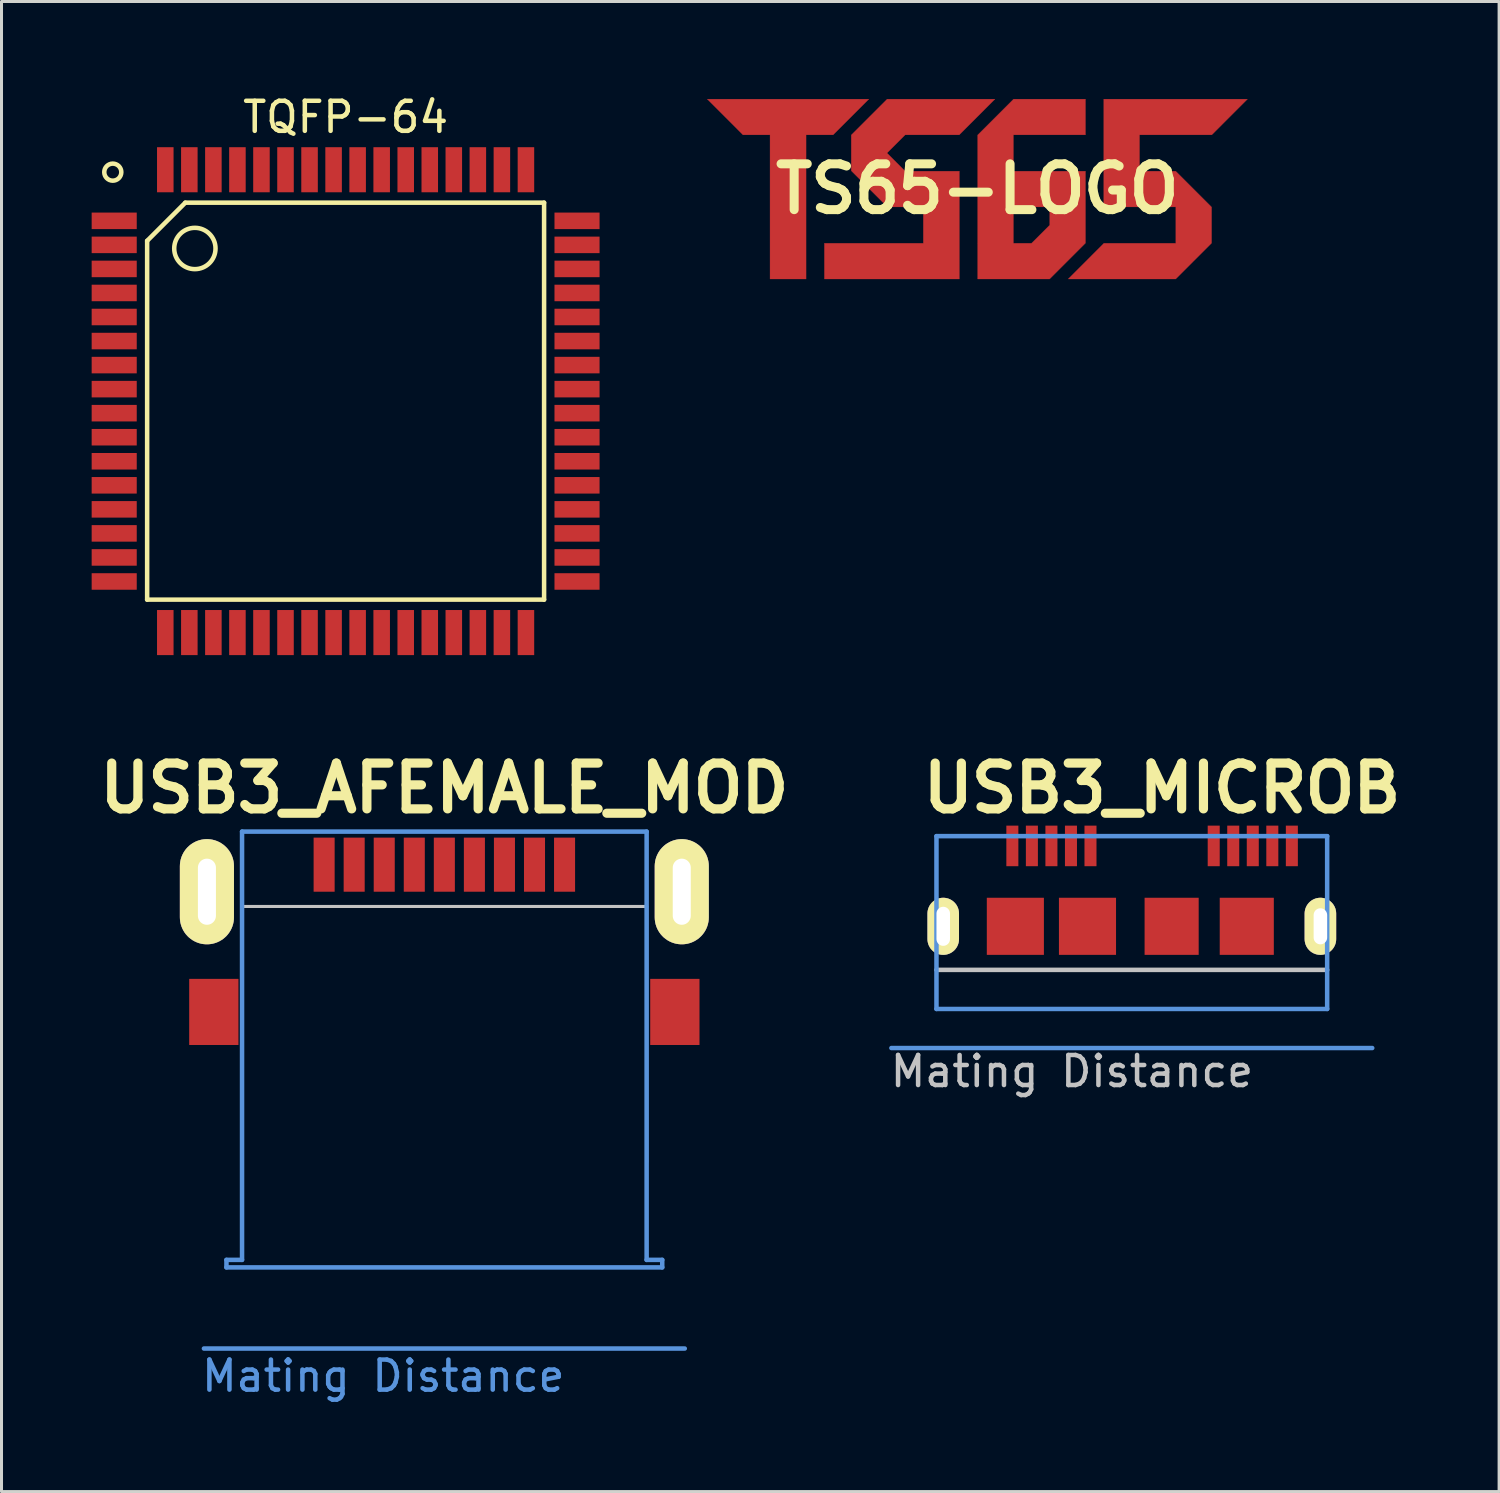
<source format=kicad_pcb>
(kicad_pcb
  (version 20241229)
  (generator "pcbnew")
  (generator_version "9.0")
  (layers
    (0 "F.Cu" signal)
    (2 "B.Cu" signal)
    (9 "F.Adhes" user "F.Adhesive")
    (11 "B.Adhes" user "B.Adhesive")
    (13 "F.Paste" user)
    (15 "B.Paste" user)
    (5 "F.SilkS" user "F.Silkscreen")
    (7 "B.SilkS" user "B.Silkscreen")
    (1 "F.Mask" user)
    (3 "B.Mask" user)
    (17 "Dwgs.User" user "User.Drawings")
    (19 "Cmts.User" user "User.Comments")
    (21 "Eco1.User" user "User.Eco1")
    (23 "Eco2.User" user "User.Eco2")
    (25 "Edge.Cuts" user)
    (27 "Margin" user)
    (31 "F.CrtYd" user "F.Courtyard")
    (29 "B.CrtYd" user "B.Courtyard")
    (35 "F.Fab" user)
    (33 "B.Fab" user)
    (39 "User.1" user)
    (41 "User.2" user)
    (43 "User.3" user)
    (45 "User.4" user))
  (footprint "TQFP-64"
    (layer "F.Cu")
    (at 8.45 10.298)
    (property "Reference" "TQFP-64" (at 0 -9.45 0) (layer "F.SilkS") (effects (font (size 1 1) (thickness 0.15))))
    (attr smd)
    (fp_line (start -6.604 -5.334) (end -6.604 6.604) (stroke (width 0.15) (type solid)) (layer "F.SilkS"))
    (fp_line (start -6.604 -5.334) (end -5.334 -6.604) (stroke (width 0.15) (type solid)) (layer "F.SilkS"))
    (fp_line (start -6.604 6.604) (end 6.604 6.604) (stroke (width 0.15) (type solid)) (layer "F.SilkS"))
    (fp_line (start -5.334 -6.604) (end 6.604 -6.604) (stroke (width 0.15) (type solid)) (layer "F.SilkS"))
    (fp_line (start 6.604 -6.604) (end 6.604 6.604) (stroke (width 0.15) (type solid)) (layer "F.SilkS"))
    (fp_circle (center -7.747 -7.62) (end -8.001 -7.747) (stroke (width 0.15) (type solid)) (fill no) (layer "F.SilkS"))
    (fp_circle (center -5.016 -5.08) (end -5.588 -5.461) (stroke (width 0.15) (type solid)) (fill no) (layer "F.SilkS"))
    (pad "1" smd rect (at -7.7 -6) (size 1.5 0.55) (layers "F.Cu" "F.Mask" "F.Paste"))
    (pad "2" smd rect (at -7.7 -5.2) (size 1.5 0.55) (layers "F.Cu" "F.Mask" "F.Paste"))
    (pad "3" smd rect (at -7.7 -4.4) (size 1.5 0.55) (layers "F.Cu" "F.Mask" "F.Paste"))
    (pad "4" smd rect (at -7.7 -3.6) (size 1.5 0.55) (layers "F.Cu" "F.Mask" "F.Paste"))
    (pad "5" smd rect (at -7.7 -2.8) (size 1.5 0.55) (layers "F.Cu" "F.Mask" "F.Paste"))
    (pad "6" smd rect (at -7.7 -2) (size 1.5 0.55) (layers "F.Cu" "F.Mask" "F.Paste"))
    (pad "7" smd rect (at -7.7 -1.2) (size 1.5 0.55) (layers "F.Cu" "F.Mask" "F.Paste"))
    (pad "8" smd rect (at -7.7 -0.4) (size 1.5 0.55) (layers "F.Cu" "F.Mask" "F.Paste"))
    (pad "9" smd rect (at -7.7 0.4) (size 1.5 0.55) (layers "F.Cu" "F.Mask" "F.Paste"))
    (pad "10" smd rect (at -7.7 1.2) (size 1.5 0.55) (layers "F.Cu" "F.Mask" "F.Paste"))
    (pad "11" smd rect (at -7.7 2) (size 1.5 0.55) (layers "F.Cu" "F.Mask" "F.Paste"))
    (pad "12" smd rect (at -7.7 2.8) (size 1.5 0.55) (layers "F.Cu" "F.Mask" "F.Paste"))
    (pad "13" smd rect (at -7.7 3.6) (size 1.5 0.55) (layers "F.Cu" "F.Mask" "F.Paste"))
    (pad "14" smd rect (at -7.7 4.4) (size 1.5 0.55) (layers "F.Cu" "F.Mask" "F.Paste"))
    (pad "15" smd rect (at -7.7 5.2) (size 1.5 0.55) (layers "F.Cu" "F.Mask" "F.Paste"))
    (pad "16" smd rect (at -7.7 6) (size 1.5 0.55) (layers "F.Cu" "F.Mask" "F.Paste"))
    (pad "17" smd rect (at -6 7.7 90) (size 1.5 0.55) (layers "F.Cu" "F.Mask" "F.Paste"))
    (pad "18" smd rect (at -5.2 7.7 90) (size 1.5 0.55) (layers "F.Cu" "F.Mask" "F.Paste"))
    (pad "19" smd rect (at -4.4 7.7 90) (size 1.5 0.55) (layers "F.Cu" "F.Mask" "F.Paste"))
    (pad "20" smd rect (at -3.6 7.7 90) (size 1.5 0.55) (layers "F.Cu" "F.Mask" "F.Paste"))
    (pad "21" smd rect (at -2.8 7.7 90) (size 1.5 0.55) (layers "F.Cu" "F.Mask" "F.Paste"))
    (pad "22" smd rect (at -2 7.7 90) (size 1.5 0.55) (layers "F.Cu" "F.Mask" "F.Paste"))
    (pad "23" smd rect (at -1.2 7.7 90) (size 1.5 0.55) (layers "F.Cu" "F.Mask" "F.Paste"))
    (pad "24" smd rect (at -0.4 7.7 90) (size 1.5 0.55) (layers "F.Cu" "F.Mask" "F.Paste"))
    (pad "25" smd rect (at 0.4 7.7 90) (size 1.5 0.55) (layers "F.Cu" "F.Mask" "F.Paste"))
    (pad "26" smd rect (at 1.2 7.7 90) (size 1.5 0.55) (layers "F.Cu" "F.Mask" "F.Paste"))
    (pad "27" smd rect (at 2 7.7 90) (size 1.5 0.55) (layers "F.Cu" "F.Mask" "F.Paste"))
    (pad "28" smd rect (at 2.8 7.7 90) (size 1.5 0.55) (layers "F.Cu" "F.Mask" "F.Paste"))
    (pad "29" smd rect (at 3.6 7.7 90) (size 1.5 0.55) (layers "F.Cu" "F.Mask" "F.Paste"))
    (pad "30" smd rect (at 4.4 7.7 90) (size 1.5 0.55) (layers "F.Cu" "F.Mask" "F.Paste"))
    (pad "31" smd rect (at 5.2 7.7 90) (size 1.5 0.55) (layers "F.Cu" "F.Mask" "F.Paste"))
    (pad "32" smd rect (at 6 7.7 90) (size 1.5 0.55) (layers "F.Cu" "F.Mask" "F.Paste"))
    (pad "33" smd rect (at 7.7 6) (size 1.5 0.55) (layers "F.Cu" "F.Mask" "F.Paste"))
    (pad "34" smd rect (at 7.7 5.2) (size 1.5 0.55) (layers "F.Cu" "F.Mask" "F.Paste"))
    (pad "35" smd rect (at 7.7 4.4) (size 1.5 0.55) (layers "F.Cu" "F.Mask" "F.Paste"))
    (pad "36" smd rect (at 7.7 3.6) (size 1.5 0.55) (layers "F.Cu" "F.Mask" "F.Paste"))
    (pad "37" smd rect (at 7.7 2.8) (size 1.5 0.55) (layers "F.Cu" "F.Mask" "F.Paste"))
    (pad "38" smd rect (at 7.7 2) (size 1.5 0.55) (layers "F.Cu" "F.Mask" "F.Paste"))
    (pad "39" smd rect (at 7.7 1.2) (size 1.5 0.55) (layers "F.Cu" "F.Mask" "F.Paste"))
    (pad "40" smd rect (at 7.7 0.4) (size 1.5 0.55) (layers "F.Cu" "F.Mask" "F.Paste"))
    (pad "41" smd rect (at 7.7 -0.4) (size 1.5 0.55) (layers "F.Cu" "F.Mask" "F.Paste"))
    (pad "42" smd rect (at 7.7 -1.2) (size 1.5 0.55) (layers "F.Cu" "F.Mask" "F.Paste"))
    (pad "43" smd rect (at 7.7 -2) (size 1.5 0.55) (layers "F.Cu" "F.Mask" "F.Paste"))
    (pad "44" smd rect (at 7.7 -2.8) (size 1.5 0.55) (layers "F.Cu" "F.Mask" "F.Paste"))
    (pad "45" smd rect (at 7.7 -3.6) (size 1.5 0.55) (layers "F.Cu" "F.Mask" "F.Paste"))
    (pad "46" smd rect (at 7.7 -4.4) (size 1.5 0.55) (layers "F.Cu" "F.Mask" "F.Paste"))
    (pad "47" smd rect (at 7.7 -5.2) (size 1.5 0.55) (layers "F.Cu" "F.Mask" "F.Paste"))
    (pad "48" smd rect (at 7.7 -6) (size 1.5 0.55) (layers "F.Cu" "F.Mask" "F.Paste"))
    (pad "49" smd rect (at 6 -7.7 90) (size 1.5 0.55) (layers "F.Cu" "F.Mask" "F.Paste"))
    (pad "50" smd rect (at 5.2 -7.7 90) (size 1.5 0.55) (layers "F.Cu" "F.Mask" "F.Paste"))
    (pad "51" smd rect (at 4.4 -7.7 90) (size 1.5 0.55) (layers "F.Cu" "F.Mask" "F.Paste"))
    (pad "52" smd rect (at 3.6 -7.7 90) (size 1.5 0.55) (layers "F.Cu" "F.Mask" "F.Paste"))
    (pad "53" smd rect (at 2.8 -7.7 90) (size 1.5 0.55) (layers "F.Cu" "F.Mask" "F.Paste"))
    (pad "54" smd rect (at 2 -7.7 90) (size 1.5 0.55) (layers "F.Cu" "F.Mask" "F.Paste"))
    (pad "55" smd rect (at 1.2 -7.7 90) (size 1.5 0.55) (layers "F.Cu" "F.Mask" "F.Paste"))
    (pad "56" smd rect (at 0.4 -7.7 90) (size 1.5 0.55) (layers "F.Cu" "F.Mask" "F.Paste"))
    (pad "57" smd rect (at -0.4 -7.7 90) (size 1.5 0.55) (layers "F.Cu" "F.Mask" "F.Paste"))
    (pad "58" smd rect (at -1.2 -7.7 90) (size 1.5 0.55) (layers "F.Cu" "F.Mask" "F.Paste"))
    (pad "59" smd rect (at -2 -7.7 90) (size 1.5 0.55) (layers "F.Cu" "F.Mask" "F.Paste"))
    (pad "60" smd rect (at -2.8 -7.7 90) (size 1.5 0.55) (layers "F.Cu" "F.Mask" "F.Paste"))
    (pad "61" smd rect (at -3.6 -7.7 90) (size 1.5 0.55) (layers "F.Cu" "F.Mask" "F.Paste"))
    (pad "62" smd rect (at -4.4 -7.7 90) (size 1.5 0.55) (layers "F.Cu" "F.Mask" "F.Paste"))
    (pad "63" smd rect (at -5.2 -7.7 90) (size 1.5 0.55) (layers "F.Cu" "F.Mask" "F.Paste"))
    (pad "64" smd rect (at -6 -7.7 90) (size 1.5 0.55) (layers "F.Cu" "F.Mask" "F.Paste")))
  (footprint "USB3_MICROB"
    (layer "F.Cu")
    (at 35.285 27.772)
    (property "Reference" "USB3_MICROB" (at 0.33 -4.597 0) (layer "F.SilkS") (effects (font (size 1.524 1.524) (thickness 0.305))))
    (attr smd)
    (fp_line (start -7.175 1.45) (end 5.825 1.45) (stroke (width 0.15) (type solid)) (layer "Dwgs.User"))
    (fp_line (start -8.675 4.05) (end 7.325 4.05) (stroke (width 0.15) (type solid)) (layer "Cmts.User"))
    (fp_line (start -7.175 2.75) (end -7.175 -3) (stroke (width 0.15) (type solid)) (layer "Cmts.User"))
    (fp_line (start -7.175 2.75) (end 5.825 2.75) (stroke (width 0.15) (type solid)) (layer "Cmts.User"))
    (fp_line (start 5.825 -3) (end -7.175 -3) (stroke (width 0.15) (type solid)) (layer "Cmts.User"))
    (fp_line (start 5.825 -3) (end 5.825 2.75) (stroke (width 0.15) (type solid)) (layer "Cmts.User"))
    (fp_line (start -7.675 -4) (end -7.675 3) (stroke (width 0.15) (type solid)) (layer "Eco1.User"))
    (fp_line (start -7.675 -4) (end 6.325 -4) (stroke (width 0.15) (type solid)) (layer "Eco1.User"))
    (fp_line (start -7.675 3) (end 6.325 3) (stroke (width 0.15) (type solid)) (layer "Eco1.User"))
    (fp_line (start 6.325 -4) (end 6.325 3) (stroke (width 0.15) (type solid)) (layer "Eco1.User"))
    (fp_text user "Mating Distance" (at -2.667 4.826 0) (layer "Dwgs.User") (effects (font (size 1 1) (thickness 0.15))))
    (pad "1" smd rect (at -4.65 -2.675) (size 0.4 1.35) (layers "F.Cu" "F.Mask" "F.Paste"))
    (pad "2" smd rect (at -4 -2.675) (size 0.4 1.35) (layers "F.Cu" "F.Mask" "F.Paste"))
    (pad "3" smd rect (at -3.35 -2.675) (size 0.4 1.35) (layers "F.Cu" "F.Mask" "F.Paste"))
    (pad "4" smd rect (at -2.7 -2.675) (size 0.4 1.35) (layers "F.Cu" "F.Mask" "F.Paste"))
    (pad "5" smd rect (at -2.05 -2.675) (size 0.4 1.35) (layers "F.Cu" "F.Mask" "F.Paste"))
    (pad "6" smd rect (at 2.05 -2.675) (size 0.4 1.35) (layers "F.Cu" "F.Mask" "F.Paste"))
    (pad "7" smd rect (at 2.7 -2.675) (size 0.4 1.35) (layers "F.Cu" "F.Mask" "F.Paste"))
    (pad "8" smd rect (at 3.35 -2.675) (size 0.4 1.35) (layers "F.Cu" "F.Mask" "F.Paste"))
    (pad "9" smd rect (at 4 -2.675) (size 0.4 1.35) (layers "F.Cu" "F.Mask" "F.Paste"))
    (pad "10" smd rect (at 4.65 -2.675) (size 0.4 1.35) (layers "F.Cu" "F.Mask" "F.Paste"))
    (pad "11" thru_hole oval (at -6.95 0) (size 1.05 1.9) (drill oval 0.45 1.3) (layers "*.Cu" "*.Mask" "F.SilkS" "F.Paste"))
    (pad "11" smd rect (at -4.55 0) (size 1.9 1.9) (layers "F.Cu" "F.Mask" "F.Paste"))
    (pad "11" smd rect (at -2.15 0) (size 1.9 1.9) (layers "F.Cu" "F.Mask" "F.Paste"))
    (pad "11" smd rect (at 0.65 0) (size 1.8 1.9) (layers "F.Cu" "F.Mask" "F.Paste"))
    (pad "11" smd rect (at 3.15 0) (size 1.8 1.9) (layers "F.Cu" "F.Mask" "F.Paste"))
    (pad "11" thru_hole oval (at 5.6 0) (size 1.05 1.9) (drill oval 0.45 1.2) (layers "*.Cu" "*.Mask" "F.SilkS" "F.Paste")))
  (footprint "TS65-LOGO"
    (layer "F.Cu")
    (at 29.471 3.236)
    (property "Reference" "TS65-LOGO" (at 0 0 0) (layer "F.SilkS") (effects (font (size 1.524 1.524) (thickness 0.3))))
    (attr through_hole)
    (fp_poly (pts (xy -4.206 -2.393) (xy -4.801 -1.798) (xy -5.7 -1.798) (xy -5.7 2.997) (xy -6.899 2.997) (xy -6.899 -1.798) (xy -7.798 -1.798) (xy -8.392 -2.393) (xy -8.986 -2.987) (xy -3.612 -2.987) (xy -4.206 -2.393)) (stroke (width 0.01) (type solid)) (fill yes) (layer "F.Cu"))
    (fp_poly (pts (xy 8.392 -2.393) (xy 7.798 -1.798) (xy 5.395 -1.798) (xy 5.395 -0.589) (xy 6.599 -0.589) (xy 7.793 0.605) (xy 7.793 1.803) (xy 7.196 2.4) (xy 6.599 2.997) (xy 3.023 2.997) (xy 3.617 2.403) (xy 4.211 1.808) (xy 6.604 1.808) (xy 6.604 0.599) (xy 4.206 0.599) (xy 4.206 -2.987) (xy 8.986 -2.987) (xy 8.392 -2.393)) (stroke (width 0.01) (type solid)) (fill yes) (layer "F.Cu"))
    (fp_poly (pts (xy 0.584 -2.987) (xy -0.01 -2.393) (xy -0.604 -1.798) (xy -2.403 -1.798) (xy -2.705 -1.496) (xy -3.007 -1.194) (xy -2.705 -0.891) (xy -2.403 -0.589) (xy -0.599 -0.589) (xy -0.599 2.997) (xy -5.09 2.997) (xy -5.09 1.808) (xy -1.798 1.808) (xy -1.798 0.599) (xy -2.992 0.599) (xy -4.196 -0.605) (xy -4.196 -1.199) (xy -4.196 -1.793) (xy -3.002 -2.987) (xy -1.209 -2.987) (xy 0.584 -2.987)) (stroke (width 0.01) (type solid)) (fill yes) (layer "F.Cu"))
    (fp_poly (pts (xy 3.597 -2.987) (xy 3.597 -1.798) (xy 1.199 -1.798) (xy 1.199 -0.589) (xy 3.597 -0.589) (xy 3.597 1.803) (xy 3 2.4) (xy 2.403 2.997) (xy 0.01 2.997) (xy 0.01 0.599) (xy 1.199 0.599) (xy 1.199 1.808) (xy 1.803 1.808) (xy 2.106 1.506) (xy 2.408 1.204) (xy 2.408 0.599) (xy 1.199 0.599) (xy 0.01 0.599) (xy 0.01 -1.793) (xy 1.204 -2.987) (xy 2.4 -2.987) (xy 3.597 -2.987)) (stroke (width 0.01) (type solid)) (fill yes) (layer "F.Cu"))
    (fp_poly (pts (xy 3.83 -1.565) (xy 1.433 -1.565) (xy 1.433 -0.833) (xy 3.83 -0.833) (xy 3.83 0.498) (xy 3.83 0.661) (xy 3.831 0.817) (xy 3.831 0.968) (xy 3.831 1.11) (xy 3.832 1.242) (xy 3.832 1.365) (xy 3.833 1.475) (xy 3.834 1.573) (xy 3.834 1.657) (xy 3.835 1.725) (xy 3.836 1.778) (xy 3.837 1.812) (xy 3.838 1.828) (xy 3.838 1.829) (xy 3.847 1.822) (xy 3.869 1.803) (xy 3.899 1.774) (xy 3.937 1.737) (xy 3.978 1.697) (xy 4.109 1.565) (xy 6.36 1.565) (xy 6.36 0.843) (xy 3.962 0.843) (xy 3.962 -3.231) (xy 9.566 -3.231) (xy 8.733 -2.398) (xy 7.899 -1.565) (xy 5.639 -1.565) (xy 5.639 -0.833) (xy 6.165 -0.833) (xy 6.69 -0.833) (xy 7.363 -0.16) (xy 8.037 0.513) (xy 8.037 1.204) (xy 8.037 1.895) (xy 7.363 2.568) (xy 6.69 3.241) (xy -0.234 3.241) (xy -0.231 0.843) (xy 1.433 0.843) (xy 1.433 1.565) (xy 1.712 1.565) (xy 1.938 1.338) (xy 2.164 1.112) (xy 2.164 0.843) (xy 1.433 0.843) (xy -0.231 0.843) (xy -0.231 0.701) (xy -0.229 -1.839) (xy -0.335 -1.733) (xy -0.379 -1.69) (xy -0.413 -1.659) (xy -0.441 -1.637) (xy -0.467 -1.62) (xy -0.495 -1.606) (xy -0.521 -1.596) (xy -0.6 -1.565) (xy -1.451 -1.565) (xy -2.301 -1.565) (xy -2.484 -1.382) (xy -2.667 -1.199) (xy -2.484 -1.016) (xy -2.301 -0.833) (xy -0.366 -0.833) (xy -0.366 3.241) (xy -5.334 3.241) (xy -5.334 1.565) (xy -2.032 1.565) (xy -2.032 0.843) (xy -2.563 0.843) (xy -3.094 0.843) (xy -3.767 0.17) (xy -4.44 -0.503) (xy -4.438 -1.153) (xy -4.437 -1.267) (xy -4.436 -1.375) (xy -4.435 -1.475) (xy -4.434 -1.566) (xy -4.432 -1.647) (xy -4.431 -1.714) (xy -4.429 -1.767) (xy -4.428 -1.804) (xy -4.426 -1.822) (xy -4.426 -1.824) (xy -4.43 -1.823) (xy -4.446 -1.81) (xy -4.473 -1.786) (xy -4.508 -1.753) (xy -4.549 -1.713) (xy -4.558 -1.704) (xy -4.699 -1.565) (xy -5.466 -1.565) (xy -5.466 3.241) (xy -7.132 3.241) (xy -7.132 -1.565) (xy -7.899 -1.565) (xy -8.733 -2.398) (xy -9.566 -3.231) (xy 3.83 -3.231) (xy 3.83 -1.565)) (stroke (width 0.01) (type solid)) (fill yes) (layer "F.Mask")))
  (footprint "USB3_AFEMALE_MOD"
    (layer "F.Cu")
    (at 11.735 35.621)
    (property "Reference" "USB3_AFEMALE_MOD" (at 0 -12.446 0) (layer "F.SilkS") (effects (font (size 1.524 1.524) (thickness 0.305))))
    (attr smd)
    (fp_line (start -6.731 -8.509) (end -6.731 0) (stroke (width 0.102) (type solid)) (layer "Dwgs.User"))
    (fp_line (start 6.731 -8.509) (end -6.731 -8.509) (stroke (width 0.102) (type solid)) (layer "Dwgs.User"))
    (fp_line (start 6.731 0) (end 6.731 -8.509) (stroke (width 0.102) (type solid)) (layer "Dwgs.User"))
    (fp_line (start -8 6.2) (end 8 6.2) (stroke (width 0.15) (type solid)) (layer "Cmts.User"))
    (fp_line (start -7.25 3.5) (end -7.25 3.25) (stroke (width 0.15) (type solid)) (layer "Cmts.User"))
    (fp_line (start -7.25 3.5) (end 7.25 3.5) (stroke (width 0.15) (type solid)) (layer "Cmts.User"))
    (fp_line (start -6.731 -11) (end -6.731 3.25) (stroke (width 0.15) (type solid)) (layer "Cmts.User"))
    (fp_line (start -6.731 -11) (end 6.731 -11) (stroke (width 0.15) (type solid)) (layer "Cmts.User"))
    (fp_line (start -6.731 3.25) (end -7.25 3.25) (stroke (width 0.15) (type solid)) (layer "Cmts.User"))
    (fp_line (start 6.731 -11) (end 6.731 3.25) (stroke (width 0.15) (type solid)) (layer "Cmts.User"))
    (fp_line (start 6.731 3.25) (end 7.25 3.25) (stroke (width 0.15) (type solid)) (layer "Cmts.User"))
    (fp_line (start 7.25 3.25) (end 7.25 3.5) (stroke (width 0.15) (type solid)) (layer "Cmts.User"))
    (fp_line (start -9 -12) (end -9 4) (stroke (width 0.15) (type solid)) (layer "Eco1.User"))
    (fp_line (start -9 -12) (end 9 -12) (stroke (width 0.15) (type solid)) (layer "Eco1.User"))
    (fp_line (start -9 4) (end 9 4) (stroke (width 0.15) (type solid)) (layer "Eco1.User"))
    (fp_line (start 9 -12) (end 9 4) (stroke (width 0.15) (type solid)) (layer "Eco1.User"))
    (fp_text user "Mating Distance" (at -2.032 7.112 0) (layer "Cmts.User") (effects (font (size 1 1) (thickness 0.15))))
    (pad "1" smd rect (at -3 -9.9) (size 0.7 1.8) (layers "F.Cu" "F.Mask" "F.Paste"))
    (pad "2" smd rect (at -1 -9.9) (size 0.7 1.8) (layers "F.Cu" "F.Mask" "F.Paste"))
    (pad "3" smd rect (at 1 -9.9) (size 0.7 1.8) (layers "F.Cu" "F.Mask" "F.Paste"))
    (pad "4" smd rect (at 3 -9.9) (size 0.7 1.8) (layers "F.Cu" "F.Mask" "F.Paste"))
    (pad "5" smd rect (at 4 -9.9) (size 0.7 1.8) (layers "F.Cu" "F.Mask" "F.Paste"))
    (pad "6" smd rect (at 2 -9.9) (size 0.7 1.8) (layers "F.Cu" "F.Mask" "F.Paste"))
    (pad "7" smd rect (at 0 -9.9) (size 0.7 1.8) (layers "F.Cu" "F.Mask" "F.Paste"))
    (pad "8" smd rect (at -2 -9.9) (size 0.7 1.8) (layers "F.Cu" "F.Mask" "F.Paste"))
    (pad "9" smd rect (at -4 -9.9) (size 0.7 1.8) (layers "F.Cu" "F.Mask" "F.Paste"))
    (pad "10" thru_hole oval (at -7.9 -9) (size 1.8 3.5) (drill oval 0.6 2.2) (layers "*.Cu" "*.Mask" "F.SilkS" "F.Paste"))
    (pad "10" smd rect (at -7.67 -5) (size 1.64 2.2) (layers "F.Cu" "F.Mask" "F.Paste"))
    (pad "10" smd rect (at 7.67 -5) (size 1.64 2.2) (layers "F.Cu" "F.Mask" "F.Paste"))
    (pad "10" thru_hole oval (at 7.9 -9) (size 1.8 3.5) (drill oval 0.6 2.2) (layers "*.Cu" "*.Mask" "F.SilkS" "F.Paste")))
  (gr_rect
    (start -3 -3)
    (end 46.831 46.581)
    (stroke (width 0.1) (type default))
    (fill no)
    (layer "Edge.Cuts")))
</source>
